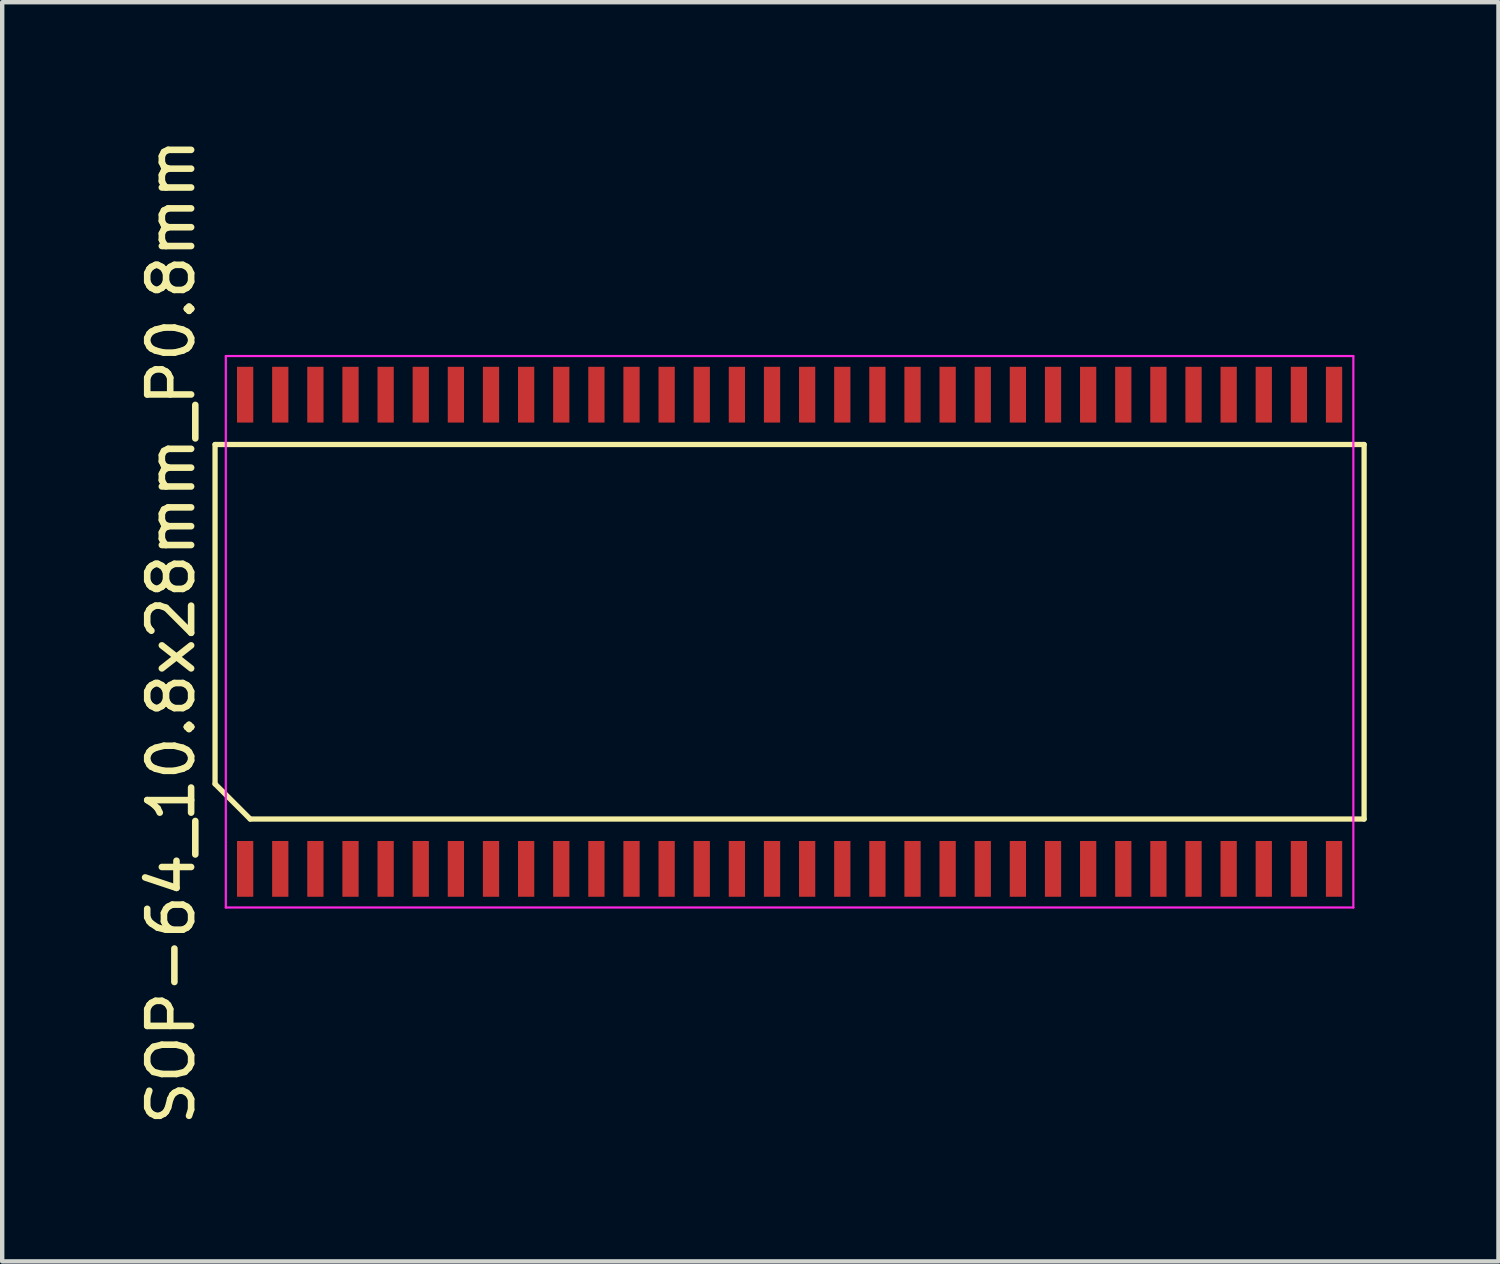
<source format=kicad_pcb>
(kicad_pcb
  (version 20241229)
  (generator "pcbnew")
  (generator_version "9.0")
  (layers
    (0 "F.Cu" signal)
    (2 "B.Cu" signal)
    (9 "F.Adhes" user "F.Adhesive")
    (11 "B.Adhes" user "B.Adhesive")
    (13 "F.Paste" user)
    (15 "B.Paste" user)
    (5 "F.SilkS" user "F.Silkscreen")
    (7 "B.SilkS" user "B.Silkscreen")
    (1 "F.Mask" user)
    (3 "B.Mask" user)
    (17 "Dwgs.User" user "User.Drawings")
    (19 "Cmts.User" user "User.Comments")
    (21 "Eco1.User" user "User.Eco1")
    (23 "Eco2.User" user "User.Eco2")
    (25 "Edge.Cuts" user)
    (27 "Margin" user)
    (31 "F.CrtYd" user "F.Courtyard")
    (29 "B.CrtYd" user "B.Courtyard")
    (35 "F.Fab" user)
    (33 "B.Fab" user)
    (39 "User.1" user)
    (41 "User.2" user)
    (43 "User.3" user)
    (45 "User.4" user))
  (footprint "SOP-64_10.8x28mm_P0.8mm"
    (layer "F.Cu")
    (at 14.933 11.339)
    (property "Reference" "SOP-64_10.8x28mm_P0.8mm" (at -14.085 0 90) (layer "F.SilkS") (effects (font (size 1 1) (thickness 0.15))))
    (attr smd)
    (fp_line (start -13.085 -4.265) (end 13.085 -4.265) (stroke (width 0.12) (type solid)) (layer "F.SilkS"))
    (fp_line (start -13.085 3.465) (end -13.085 -4.265) (stroke (width 0.12) (type solid)) (layer "F.SilkS"))
    (fp_line (start -12.285 4.265) (end -13.085 3.465) (stroke (width 0.12) (type solid)) (layer "F.SilkS"))
    (fp_line (start 13.085 -4.265) (end 13.085 4.265) (stroke (width 0.12) (type solid)) (layer "F.SilkS"))
    (fp_line (start 13.085 4.265) (end -12.285 4.265) (stroke (width 0.12) (type solid)) (layer "F.SilkS"))
    (fp_line (start -12.84 -6.28) (end 12.84 -6.28) (stroke (width 0.05) (type solid)) (layer "F.CrtYd"))
    (fp_line (start -12.84 6.28) (end -12.84 -6.28) (stroke (width 0.05) (type solid)) (layer "F.CrtYd"))
    (fp_line (start 12.84 -6.28) (end 12.84 6.28) (stroke (width 0.05) (type solid)) (layer "F.CrtYd"))
    (fp_line (start 12.84 6.28) (end -12.84 6.28) (stroke (width 0.05) (type solid)) (layer "F.CrtYd"))
    (pad "1" smd rect (at -12.4 5.4) (size 0.37 1.27) (layers "F.Cu" "F.Mask" "F.Paste"))
    (pad "2" smd rect (at -11.6 5.4) (size 0.37 1.27) (layers "F.Cu" "F.Mask" "F.Paste"))
    (pad "3" smd rect (at -10.8 5.4) (size 0.37 1.27) (layers "F.Cu" "F.Mask" "F.Paste"))
    (pad "4" smd rect (at -10 5.4) (size 0.37 1.27) (layers "F.Cu" "F.Mask" "F.Paste"))
    (pad "5" smd rect (at -9.2 5.4) (size 0.37 1.27) (layers "F.Cu" "F.Mask" "F.Paste"))
    (pad "6" smd rect (at -8.4 5.4) (size 0.37 1.27) (layers "F.Cu" "F.Mask" "F.Paste"))
    (pad "7" smd rect (at -7.6 5.4) (size 0.37 1.27) (layers "F.Cu" "F.Mask" "F.Paste"))
    (pad "8" smd rect (at -6.8 5.4) (size 0.37 1.27) (layers "F.Cu" "F.Mask" "F.Paste"))
    (pad "9" smd rect (at -6 5.4) (size 0.37 1.27) (layers "F.Cu" "F.Mask" "F.Paste"))
    (pad "10" smd rect (at -5.2 5.4) (size 0.37 1.27) (layers "F.Cu" "F.Mask" "F.Paste"))
    (pad "11" smd rect (at -4.4 5.4) (size 0.37 1.27) (layers "F.Cu" "F.Mask" "F.Paste"))
    (pad "12" smd rect (at -3.6 5.4) (size 0.37 1.27) (layers "F.Cu" "F.Mask" "F.Paste"))
    (pad "13" smd rect (at -2.8 5.4) (size 0.37 1.27) (layers "F.Cu" "F.Mask" "F.Paste"))
    (pad "14" smd rect (at -2 5.4) (size 0.37 1.27) (layers "F.Cu" "F.Mask" "F.Paste"))
    (pad "15" smd rect (at -1.2 5.4) (size 0.37 1.27) (layers "F.Cu" "F.Mask" "F.Paste"))
    (pad "16" smd rect (at -0.4 5.4) (size 0.37 1.27) (layers "F.Cu" "F.Mask" "F.Paste"))
    (pad "17" smd rect (at 0.4 5.4) (size 0.37 1.27) (layers "F.Cu" "F.Mask" "F.Paste"))
    (pad "18" smd rect (at 1.2 5.4) (size 0.37 1.27) (layers "F.Cu" "F.Mask" "F.Paste"))
    (pad "19" smd rect (at 2 5.4) (size 0.37 1.27) (layers "F.Cu" "F.Mask" "F.Paste"))
    (pad "20" smd rect (at 2.8 5.4) (size 0.37 1.27) (layers "F.Cu" "F.Mask" "F.Paste"))
    (pad "21" smd rect (at 3.6 5.4) (size 0.37 1.27) (layers "F.Cu" "F.Mask" "F.Paste"))
    (pad "22" smd rect (at 4.4 5.4) (size 0.37 1.27) (layers "F.Cu" "F.Mask" "F.Paste"))
    (pad "23" smd rect (at 5.2 5.4) (size 0.37 1.27) (layers "F.Cu" "F.Mask" "F.Paste"))
    (pad "24" smd rect (at 6 5.4) (size 0.37 1.27) (layers "F.Cu" "F.Mask" "F.Paste"))
    (pad "25" smd rect (at 6.8 5.4) (size 0.37 1.27) (layers "F.Cu" "F.Mask" "F.Paste"))
    (pad "26" smd rect (at 7.6 5.4) (size 0.37 1.27) (layers "F.Cu" "F.Mask" "F.Paste"))
    (pad "27" smd rect (at 8.4 5.4) (size 0.37 1.27) (layers "F.Cu" "F.Mask" "F.Paste"))
    (pad "28" smd rect (at 9.2 5.4) (size 0.37 1.27) (layers "F.Cu" "F.Mask" "F.Paste"))
    (pad "29" smd rect (at 10 5.4) (size 0.37 1.27) (layers "F.Cu" "F.Mask" "F.Paste"))
    (pad "30" smd rect (at 10.8 5.4) (size 0.37 1.27) (layers "F.Cu" "F.Mask" "F.Paste"))
    (pad "31" smd rect (at 11.6 5.4) (size 0.37 1.27) (layers "F.Cu" "F.Mask" "F.Paste"))
    (pad "32" smd rect (at 12.4 5.4) (size 0.37 1.27) (layers "F.Cu" "F.Mask" "F.Paste"))
    (pad "33" smd rect (at 12.4 -5.4) (size 0.37 1.27) (layers "F.Cu" "F.Mask" "F.Paste"))
    (pad "34" smd rect (at 11.6 -5.4) (size 0.37 1.27) (layers "F.Cu" "F.Mask" "F.Paste"))
    (pad "35" smd rect (at 10.8 -5.4) (size 0.37 1.27) (layers "F.Cu" "F.Mask" "F.Paste"))
    (pad "36" smd rect (at 10 -5.4) (size 0.37 1.27) (layers "F.Cu" "F.Mask" "F.Paste"))
    (pad "37" smd rect (at 9.2 -5.4) (size 0.37 1.27) (layers "F.Cu" "F.Mask" "F.Paste"))
    (pad "38" smd rect (at 8.4 -5.4) (size 0.37 1.27) (layers "F.Cu" "F.Mask" "F.Paste"))
    (pad "39" smd rect (at 7.6 -5.4) (size 0.37 1.27) (layers "F.Cu" "F.Mask" "F.Paste"))
    (pad "40" smd rect (at 6.8 -5.4) (size 0.37 1.27) (layers "F.Cu" "F.Mask" "F.Paste"))
    (pad "41" smd rect (at 6 -5.4) (size 0.37 1.27) (layers "F.Cu" "F.Mask" "F.Paste"))
    (pad "42" smd rect (at 5.2 -5.4) (size 0.37 1.27) (layers "F.Cu" "F.Mask" "F.Paste"))
    (pad "43" smd rect (at 4.4 -5.4) (size 0.37 1.27) (layers "F.Cu" "F.Mask" "F.Paste"))
    (pad "44" smd rect (at 3.6 -5.4) (size 0.37 1.27) (layers "F.Cu" "F.Mask" "F.Paste"))
    (pad "45" smd rect (at 2.8 -5.4) (size 0.37 1.27) (layers "F.Cu" "F.Mask" "F.Paste"))
    (pad "46" smd rect (at 2 -5.4) (size 0.37 1.27) (layers "F.Cu" "F.Mask" "F.Paste"))
    (pad "47" smd rect (at 1.2 -5.4) (size 0.37 1.27) (layers "F.Cu" "F.Mask" "F.Paste"))
    (pad "48" smd rect (at 0.4 -5.4) (size 0.37 1.27) (layers "F.Cu" "F.Mask" "F.Paste"))
    (pad "49" smd rect (at -0.4 -5.4) (size 0.37 1.27) (layers "F.Cu" "F.Mask" "F.Paste"))
    (pad "50" smd rect (at -1.2 -5.4) (size 0.37 1.27) (layers "F.Cu" "F.Mask" "F.Paste"))
    (pad "51" smd rect (at -2 -5.4) (size 0.37 1.27) (layers "F.Cu" "F.Mask" "F.Paste"))
    (pad "52" smd rect (at -2.8 -5.4) (size 0.37 1.27) (layers "F.Cu" "F.Mask" "F.Paste"))
    (pad "53" smd rect (at -3.6 -5.4) (size 0.37 1.27) (layers "F.Cu" "F.Mask" "F.Paste"))
    (pad "54" smd rect (at -4.4 -5.4) (size 0.37 1.27) (layers "F.Cu" "F.Mask" "F.Paste"))
    (pad "55" smd rect (at -5.2 -5.4) (size 0.37 1.27) (layers "F.Cu" "F.Mask" "F.Paste"))
    (pad "56" smd rect (at -6 -5.4) (size 0.37 1.27) (layers "F.Cu" "F.Mask" "F.Paste"))
    (pad "57" smd rect (at -6.8 -5.4) (size 0.37 1.27) (layers "F.Cu" "F.Mask" "F.Paste"))
    (pad "58" smd rect (at -7.6 -5.4) (size 0.37 1.27) (layers "F.Cu" "F.Mask" "F.Paste"))
    (pad "59" smd rect (at -8.4 -5.4) (size 0.37 1.27) (layers "F.Cu" "F.Mask" "F.Paste"))
    (pad "60" smd rect (at -9.2 -5.4) (size 0.37 1.27) (layers "F.Cu" "F.Mask" "F.Paste"))
    (pad "61" smd rect (at -10 -5.4) (size 0.37 1.27) (layers "F.Cu" "F.Mask" "F.Paste"))
    (pad "62" smd rect (at -10.8 -5.4) (size 0.37 1.27) (layers "F.Cu" "F.Mask" "F.Paste"))
    (pad "63" smd rect (at -11.6 -5.4) (size 0.37 1.27) (layers "F.Cu" "F.Mask" "F.Paste"))
    (pad "64" smd rect (at -12.4 -5.4) (size 0.37 1.27) (layers "F.Cu" "F.Mask" "F.Paste")))
  (gr_rect
    (start -3 -3)
    (end 31.078 25.679)
    (stroke (width 0.1) (type default))
    (fill no)
    (layer "Edge.Cuts")))
</source>
